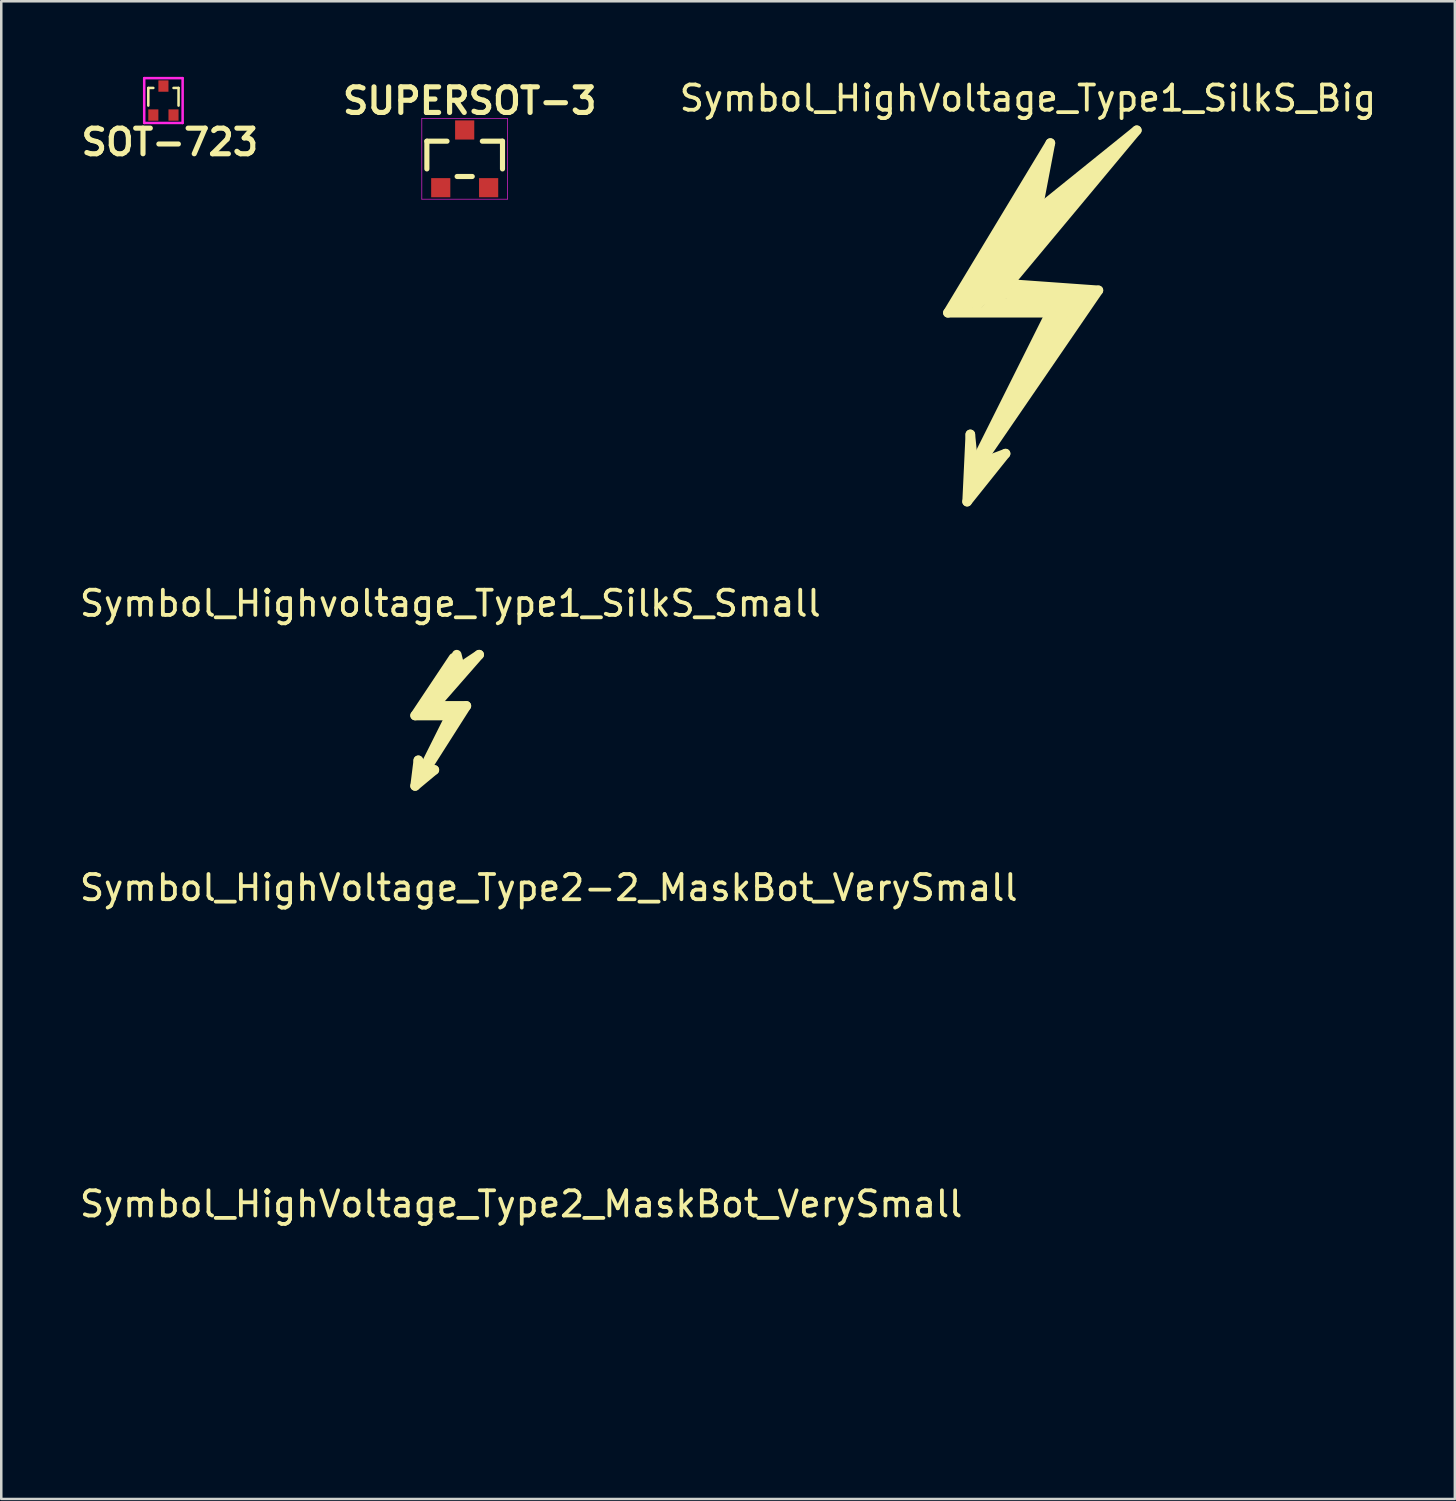
<source format=kicad_pcb>
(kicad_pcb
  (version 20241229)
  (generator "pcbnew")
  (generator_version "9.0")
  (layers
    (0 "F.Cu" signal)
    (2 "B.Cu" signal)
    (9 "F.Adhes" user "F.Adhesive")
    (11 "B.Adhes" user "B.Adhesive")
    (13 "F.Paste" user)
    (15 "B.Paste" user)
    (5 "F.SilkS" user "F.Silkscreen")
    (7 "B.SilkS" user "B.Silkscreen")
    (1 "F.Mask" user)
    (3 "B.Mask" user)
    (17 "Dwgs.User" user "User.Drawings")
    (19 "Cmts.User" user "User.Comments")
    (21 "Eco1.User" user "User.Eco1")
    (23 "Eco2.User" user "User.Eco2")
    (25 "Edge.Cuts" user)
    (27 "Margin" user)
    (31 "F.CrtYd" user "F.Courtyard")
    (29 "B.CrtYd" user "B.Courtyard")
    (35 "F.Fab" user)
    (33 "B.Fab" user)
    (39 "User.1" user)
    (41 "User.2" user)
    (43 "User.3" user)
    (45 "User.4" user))
  (footprint "SOT-723"
    (layer "F.Cu")
    (at 3.433 0.939)
    (property "Reference" "SOT-723" (at 0.254 1.651 0) (layer "F.SilkS") (effects (font (size 1.016 1.016) (thickness 0.203))))
    (attr through_hole)
    (fp_line (start -0.6 -0.5) (end -0.4 -0.5) (stroke (width 0.1) (type solid)) (layer "F.SilkS"))
    (fp_line (start -0.6 0.2) (end -0.6 -0.5) (stroke (width 0.1) (type solid)) (layer "F.SilkS"))
    (fp_line (start 0.4 -0.5) (end 0.6 -0.5) (stroke (width 0.1) (type solid)) (layer "F.SilkS"))
    (fp_line (start 0.6 -0.5) (end 0.6 0.2) (stroke (width 0.1) (type solid)) (layer "F.SilkS"))
    (fp_line (start -0.762 -0.889) (end 0.762 -0.889) (stroke (width 0.1) (type solid)) (layer "F.CrtYd"))
    (fp_line (start -0.762 0.889) (end -0.762 -0.889) (stroke (width 0.1) (type solid)) (layer "F.CrtYd"))
    (fp_line (start 0.762 -0.889) (end 0.762 0.889) (stroke (width 0.1) (type solid)) (layer "F.CrtYd"))
    (fp_line (start 0.762 0.889) (end -0.762 0.889) (stroke (width 0.1) (type solid)) (layer "F.CrtYd"))
    (pad "1" smd rect (at -0.4 0.575) (size 0.4 0.45) (layers "F.Cu" "F.Mask" "F.Paste"))
    (pad "2" smd rect (at 0.4 0.575) (size 0.4 0.45) (layers "F.Cu" "F.Mask" "F.Paste"))
    (pad "3" smd rect (at 0 -0.575) (size 0.4 0.45) (layers "F.Cu" "F.Mask" "F.Paste")))
  (footprint "Symbol_HighVoltage_Type1_SilkS_Big"
    (layer "F.Cu")
    (at 37.729 8.976)
    (property "Reference" "Symbol_HighVoltage_Type1_SilkS_Big" (at 0 -8.128 0) (layer "F.SilkS") (effects (font (size 1 1) (thickness 0.15))))
    (attr through_hole)
    (fp_line (start -3.175 0.381) (end 0.889 0.381) (stroke (width 0.381) (type solid)) (layer "F.SilkS"))
    (fp_line (start -2.794 0.254) (end 0.381 -4.318) (stroke (width 0.381) (type solid)) (layer "F.SilkS"))
    (fp_line (start -2.413 0.127) (end 0.254 -3.556) (stroke (width 0.381) (type solid)) (layer "F.SilkS"))
    (fp_line (start -2.413 7.874) (end -0.889 5.969) (stroke (width 0.381) (type solid)) (layer "F.SilkS"))
    (fp_line (start -2.286 5.207) (end -2.413 7.874) (stroke (width 0.381) (type solid)) (layer "F.SilkS"))
    (fp_line (start -2.286 7.239) (end -1.905 6.35) (stroke (width 0.381) (type solid)) (layer "F.SilkS"))
    (fp_line (start -2.159 6.477) (end -2.286 5.207) (stroke (width 0.381) (type solid)) (layer "F.SilkS"))
    (fp_line (start -2.032 0.127) (end 2.667 -5.207) (stroke (width 0.381) (type solid)) (layer "F.SilkS"))
    (fp_line (start -1.905 6.096) (end -1.778 6.223) (stroke (width 0.381) (type solid)) (layer "F.SilkS"))
    (fp_line (start -1.905 6.35) (end -1.778 5.969) (stroke (width 0.381) (type solid)) (layer "F.SilkS"))
    (fp_line (start -1.905 6.35) (end 2.794 -0.508) (stroke (width 0.381) (type solid)) (layer "F.SilkS"))
    (fp_line (start -1.778 5.969) (end -1.905 6.096) (stroke (width 0.381) (type solid)) (layer "F.SilkS"))
    (fp_line (start -1.651 0.254) (end 2.032 0.127) (stroke (width 0.381) (type solid)) (layer "F.SilkS"))
    (fp_line (start -1.524 6.477) (end -2.286 7.239) (stroke (width 0.381) (type solid)) (layer "F.SilkS"))
    (fp_line (start -1.397 5.461) (end 1.397 0.127) (stroke (width 0.381) (type solid)) (layer "F.SilkS"))
    (fp_line (start -1.143 0) (end 1.905 -0.127) (stroke (width 0.381) (type solid)) (layer "F.SilkS"))
    (fp_line (start -1.016 -1.524) (end 1.524 -4.445) (stroke (width 0.381) (type solid)) (layer "F.SilkS"))
    (fp_line (start -1.016 -1.016) (end -0.762 -0.381) (stroke (width 0.381) (type solid)) (layer "F.SilkS"))
    (fp_line (start -1.016 -0.381) (end -1.143 0) (stroke (width 0.381) (type solid)) (layer "F.SilkS"))
    (fp_line (start -0.889 5.969) (end -1.905 6.35) (stroke (width 0.381) (type solid)) (layer "F.SilkS"))
    (fp_line (start -0.762 -0.762) (end 4.318 -6.858) (stroke (width 0.381) (type solid)) (layer "F.SilkS"))
    (fp_line (start 0.254 -3.556) (end -2.032 0.127) (stroke (width 0.381) (type solid)) (layer "F.SilkS"))
    (fp_line (start 0.381 -4.318) (end -2.413 0.127) (stroke (width 0.381) (type solid)) (layer "F.SilkS"))
    (fp_line (start 0.381 -3.683) (end 0.889 -6.35) (stroke (width 0.381) (type solid)) (layer "F.SilkS"))
    (fp_line (start 0.508 -5.588) (end 0.381 -4.953) (stroke (width 0.381) (type solid)) (layer "F.SilkS"))
    (fp_line (start 0.508 -5.08) (end -2.794 0.254) (stroke (width 0.381) (type solid)) (layer "F.SilkS"))
    (fp_line (start 0.889 -6.35) (end -3.175 0.381) (stroke (width 0.381) (type solid)) (layer "F.SilkS"))
    (fp_line (start 0.889 0.381) (end -2.159 6.477) (stroke (width 0.381) (type solid)) (layer "F.SilkS"))
    (fp_line (start 1.397 0.127) (end 2.032 0.127) (stroke (width 0.381) (type solid)) (layer "F.SilkS"))
    (fp_line (start 1.524 -4.445) (end -1.651 0.254) (stroke (width 0.381) (type solid)) (layer "F.SilkS"))
    (fp_line (start 1.905 -0.127) (end -1.397 5.461) (stroke (width 0.381) (type solid)) (layer "F.SilkS"))
    (fp_line (start 2.032 0.127) (end 0.762 2.159) (stroke (width 0.381) (type solid)) (layer "F.SilkS"))
    (fp_line (start 2.032 0.127) (end 2.413 -0.381) (stroke (width 0.381) (type solid)) (layer "F.SilkS"))
    (fp_line (start 2.413 -0.381) (end -1.016 -0.381) (stroke (width 0.381) (type solid)) (layer "F.SilkS"))
    (fp_line (start 2.667 -5.207) (end -1.016 -1.524) (stroke (width 0.381) (type solid)) (layer "F.SilkS"))
    (fp_line (start 2.794 -0.508) (end -0.762 -0.762) (stroke (width 0.381) (type solid)) (layer "F.SilkS"))
    (fp_line (start 3.048 -5.461) (end 0.127 -3.175) (stroke (width 0.381) (type solid)) (layer "F.SilkS"))
    (fp_line (start 4.318 -6.858) (end 0.381 -3.683) (stroke (width 0.381) (type solid)) (layer "F.SilkS")))
  (footprint "SUPERSOT-3"
    (layer "F.Cu")
    (at 15.384 3.251)
    (property "Reference" "SUPERSOT-3" (at 0.2 -2.3 0) (layer "F.SilkS") (effects (font (size 1.016 1.016) (thickness 0.203))))
    (attr smd)
    (fp_line (start -1.5 -0.7) (end -0.7 -0.7) (stroke (width 0.203) (type solid)) (layer "F.SilkS"))
    (fp_line (start -1.5 0.4) (end -1.5 -0.7) (stroke (width 0.203) (type solid)) (layer "F.SilkS"))
    (fp_line (start 0.3 0.7) (end -0.3 0.7) (stroke (width 0.203) (type solid)) (layer "F.SilkS"))
    (fp_line (start 1.5 -0.7) (end 0.7 -0.7) (stroke (width 0.203) (type solid)) (layer "F.SilkS"))
    (fp_line (start 1.5 0.4) (end 1.5 -0.7) (stroke (width 0.203) (type solid)) (layer "F.SilkS"))
    (fp_line (start -1.7 -1.6) (end 1.7 -1.6) (stroke (width 0.025) (type solid)) (layer "F.CrtYd"))
    (fp_line (start -1.7 1.6) (end -1.7 -1.6) (stroke (width 0.025) (type solid)) (layer "F.CrtYd"))
    (fp_line (start 1.7 -1.6) (end 1.7 1.6) (stroke (width 0.025) (type solid)) (layer "F.CrtYd"))
    (fp_line (start 1.7 1.6) (end -1.7 1.6) (stroke (width 0.025) (type solid)) (layer "F.CrtYd"))
    (pad "D" smd rect (at 0 -1.145) (size 0.76 0.76) (layers "F.Cu" "F.Mask" "F.Paste"))
    (pad "G" smd rect (at -0.95 1.145) (size 0.76 0.76) (layers "F.Cu" "F.Mask" "F.Paste"))
    (pad "S" smd rect (at 0.95 1.145) (size 0.76 0.76) (layers "F.Cu" "F.Mask" "F.Paste")))
  (footprint "Symbol_HighVoltage_Type2-2_MaskBot_VerySmall"
    (layer "F.Cu")
    (at 18.847 37.882)
    (property "Reference" "Symbol_HighVoltage_Type2-2_MaskBot_VerySmall" (at -0.127 -5.715 0) (layer "F.SilkS") (effects (font (size 1 1) (thickness 0.15))))
    (attr through_hole)
    (fp_line (start -4.699 2.794) (end 4.699 2.794) (stroke (width 0.381) (type solid)) (layer "B.Mask"))
    (fp_line (start -0.701 -0.899) (end -0.102 -0.5) (stroke (width 0.381) (type solid)) (layer "B.Mask"))
    (fp_line (start -0.3 -0.599) (end 0.498 2.2) (stroke (width 0.381) (type solid)) (layer "B.Mask"))
    (fp_line (start 0 -4.191) (end -4.699 2.794) (stroke (width 0.381) (type solid)) (layer "B.Mask"))
    (fp_line (start 0.099 -2.799) (end 0.899 0.201) (stroke (width 0.381) (type solid)) (layer "B.Mask"))
    (fp_line (start 0.498 2.2) (end -0.701 -0.899) (stroke (width 0.381) (type solid)) (layer "B.Mask"))
    (fp_line (start 0.498 2.2) (end -0.102 1.501) (stroke (width 0.381) (type solid)) (layer "B.Mask"))
    (fp_line (start 0.498 2.2) (end 0.599 1.3) (stroke (width 0.381) (type solid)) (layer "B.Mask"))
    (fp_line (start 0.899 0.201) (end -0.401 -2.601) (stroke (width 0.381) (type solid)) (layer "B.Mask"))
    (fp_line (start 0.899 0.201) (end -0.3 -0.599) (stroke (width 0.381) (type solid)) (layer "B.Mask"))
    (fp_line (start 4.699 2.794) (end 0 -4.191) (stroke (width 0.381) (type solid)) (layer "B.Mask")))
  (footprint "Symbol_Highvoltage_Type1_SilkS_Small"
    (layer "F.Cu")
    (at 13.799 26.096)
    (property "Reference" "Symbol_Highvoltage_Type1_SilkS_Small" (at 1.016 -5.207 0) (layer "F.SilkS") (effects (font (size 1 1) (thickness 0.15))))
    (attr through_hole)
    (fp_line (start -0.381 -0.762) (end 1.016 -0.762) (stroke (width 0.381) (type solid)) (layer "F.SilkS"))
    (fp_line (start -0.381 2.032) (end 0.381 1.397) (stroke (width 0.381) (type solid)) (layer "F.SilkS"))
    (fp_line (start -0.254 1.016) (end -0.381 2.032) (stroke (width 0.381) (type solid)) (layer "F.SilkS"))
    (fp_line (start -0.127 1.524) (end -0.254 1.016) (stroke (width 0.381) (type solid)) (layer "F.SilkS"))
    (fp_line (start -0.127 1.651) (end 1.651 -1.143) (stroke (width 0.381) (type solid)) (layer "F.SilkS"))
    (fp_line (start 0 -0.889) (end 1.27 -0.889) (stroke (width 0.381) (type solid)) (layer "F.SilkS"))
    (fp_line (start 0.381 -1.143) (end 2.159 -3.175) (stroke (width 0.381) (type solid)) (layer "F.SilkS"))
    (fp_line (start 0.381 1.397) (end -0.127 1.651) (stroke (width 0.381) (type solid)) (layer "F.SilkS"))
    (fp_line (start 1.016 -0.762) (end -0.127 1.524) (stroke (width 0.381) (type solid)) (layer "F.SilkS"))
    (fp_line (start 1.143 -3.048) (end -0.381 -0.762) (stroke (width 0.381) (type solid)) (layer "F.SilkS"))
    (fp_line (start 1.397 -2.794) (end 0 -0.889) (stroke (width 0.381) (type solid)) (layer "F.SilkS"))
    (fp_line (start 1.397 -2.667) (end 1.27 -3.175) (stroke (width 0.381) (type solid)) (layer "F.SilkS"))
    (fp_line (start 1.651 -1.143) (end 0.381 -1.143) (stroke (width 0.381) (type solid)) (layer "F.SilkS"))
    (fp_line (start 2.159 -3.175) (end 1.397 -2.667) (stroke (width 0.381) (type solid)) (layer "F.SilkS")))
  (footprint "Symbol_HighVoltage_Type2_MaskBot_VerySmall"
    (layer "F.Cu")
    (at 17.752 50.429)
    (property "Reference" "Symbol_HighVoltage_Type2_MaskBot_VerySmall" (at -0.127 -5.715 0) (layer "F.SilkS") (effects (font (size 1 1) (thickness 0.15))))
    (attr through_hole)
    (fp_line (start -4.699 2.794) (end 0 -4.191) (stroke (width 0.381) (type solid)) (layer "B.Mask"))
    (fp_line (start -0.899 0.201) (end 0.3 -0.599) (stroke (width 0.381) (type solid)) (layer "B.Mask"))
    (fp_line (start -0.899 0.201) (end 0.401 -2.601) (stroke (width 0.381) (type solid)) (layer "B.Mask"))
    (fp_line (start -0.498 2.2) (end -0.599 1.3) (stroke (width 0.381) (type solid)) (layer "B.Mask"))
    (fp_line (start -0.498 2.2) (end 0.102 1.501) (stroke (width 0.381) (type solid)) (layer "B.Mask"))
    (fp_line (start -0.498 2.2) (end 0.701 -0.899) (stroke (width 0.381) (type solid)) (layer "B.Mask"))
    (fp_line (start -0.099 -2.799) (end -0.899 0.201) (stroke (width 0.381) (type solid)) (layer "B.Mask"))
    (fp_line (start 0 -4.191) (end 4.699 2.794) (stroke (width 0.381) (type solid)) (layer "B.Mask"))
    (fp_line (start 0.3 -0.599) (end -0.498 2.2) (stroke (width 0.381) (type solid)) (layer "B.Mask"))
    (fp_line (start 0.701 -0.899) (end 0.102 -0.5) (stroke (width 0.381) (type solid)) (layer "B.Mask"))
    (fp_line (start 4.699 2.794) (end -4.699 2.794) (stroke (width 0.381) (type solid)) (layer "B.Mask")))
  (gr_rect
    (start -3 -3)
    (end 54.664 56.414)
    (stroke (width 0.1) (type default))
    (fill no)
    (layer "Edge.Cuts")))
</source>
